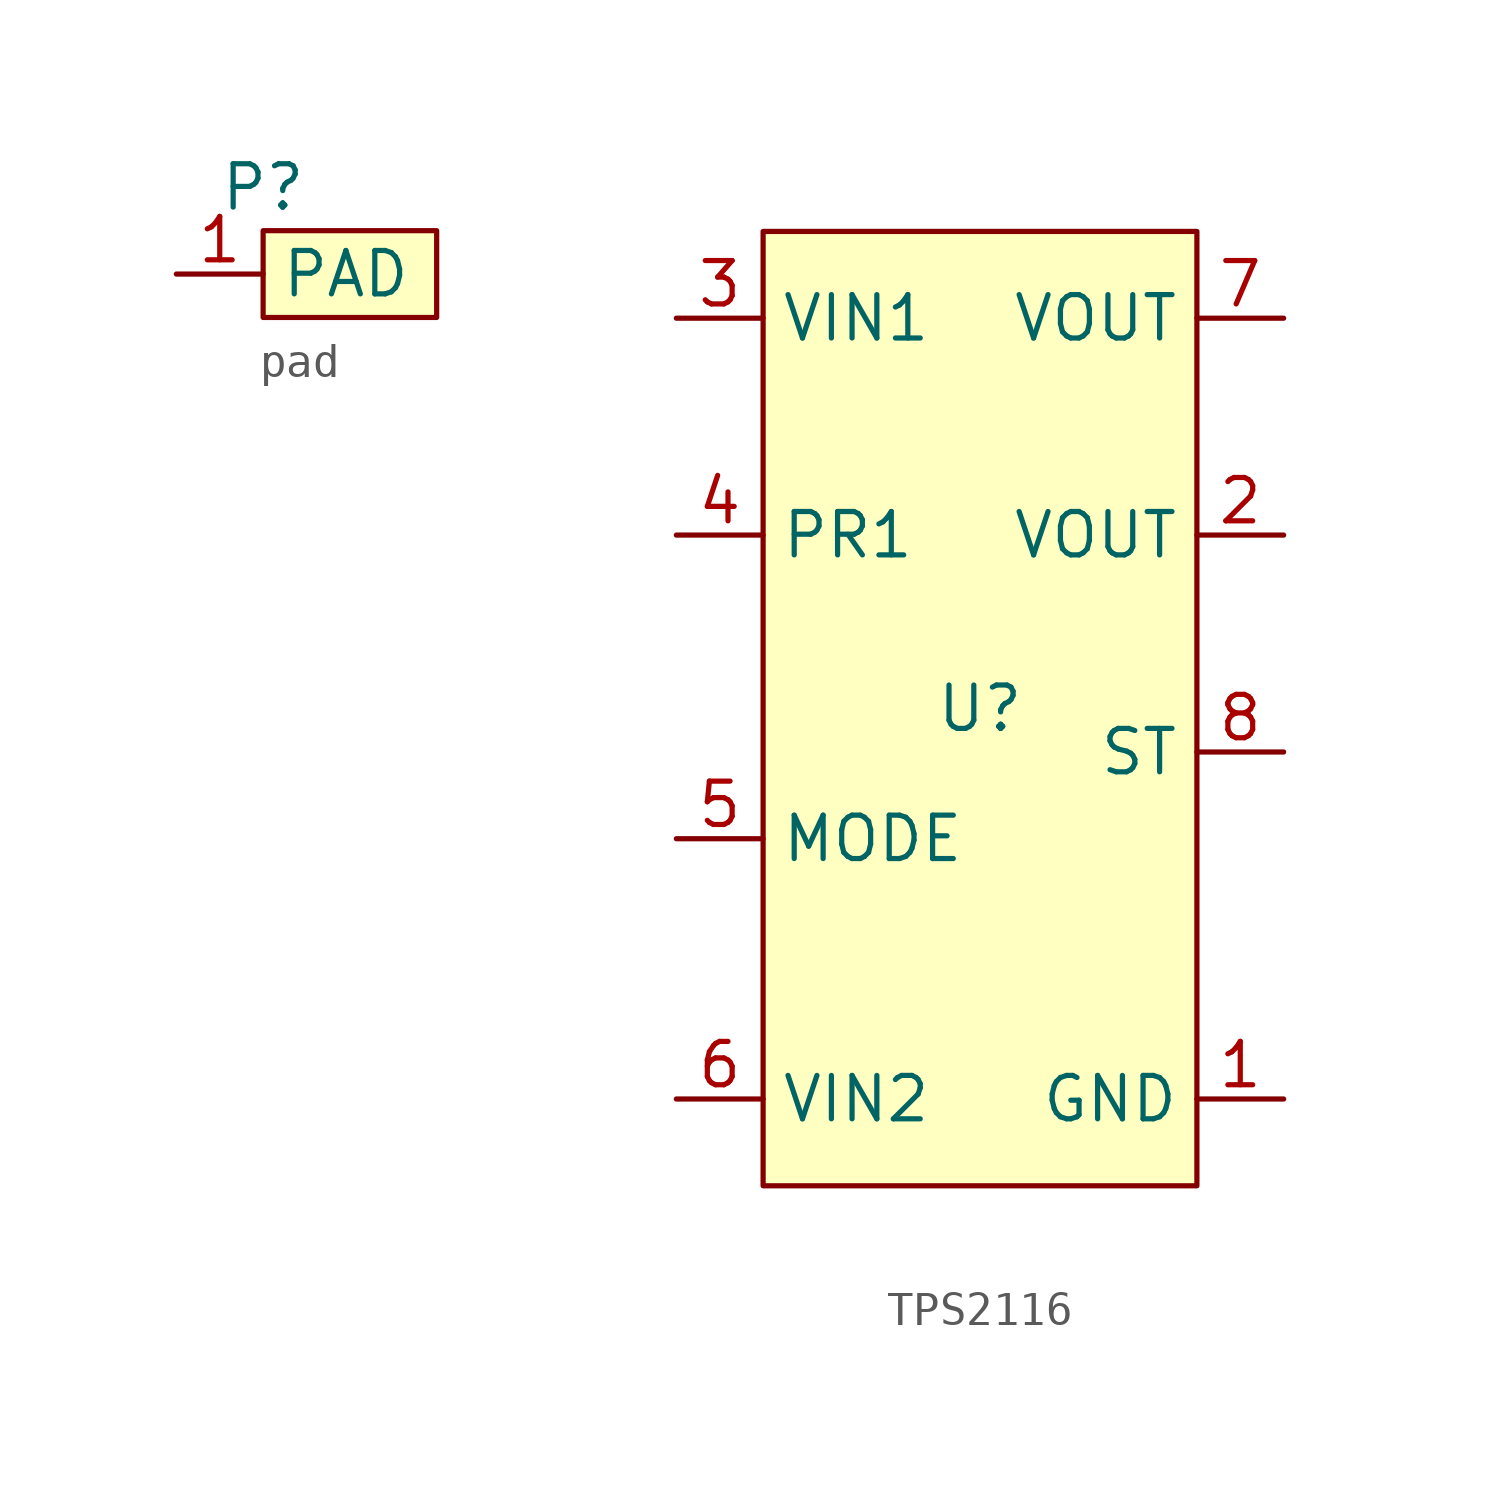
<source format=kicad_sym>
(kicad_symbol_lib
  (version 20220914)
  (generator kicad_symbol_editor)
  (symbol "pad"
    (property "Reference" "P"
      (at -2.54 2.54 0)
      (effects (font (size 1.27 1.27))))
    (property "Value" ""
      (at 0 0 0)
      (effects (font (size 1.27 1.27))))
    (symbol "pad_1_1"
      (rectangle (start -2.54 1.27) (end 2.54 -1.27) (stroke (width 0) (type default)) (fill (type background)))
      (pin input line (at -5.08 0 0) (length 2.54) (name "PAD" (effects (font (size 1.27 1.27)))) (number "1" (effects (font (size 1.27 1.27)))))))
  (symbol "TPS2116"
    (property "Reference" "U"
      (at 0 0 0)
      (effects (font (size 1.27 1.27))))
    (property "Value" ""
      (at 0 0 0)
      (effects (font (size 1.27 1.27))))
    (symbol "TPS2116_1_1"
      (rectangle (start -6.35 13.97) (end 6.35 -13.97) (stroke (width 0) (type default)) (fill (type background)))
      (pin power_in line (at 8.89 -11.43 180) (length 2.54) (name "GND" (effects (font (size 1.27 1.27)))) (number "1" (effects (font (size 1.27 1.27)))))
      (pin passive line (at 8.89 5.08 180) (length 2.54) (name "VOUT" (effects (font (size 1.27 1.27)))) (number "2" (effects (font (size 1.27 1.27)))))
      (pin power_out line (at -8.89 11.43 0) (length 2.54) (name "VIN1" (effects (font (size 1.27 1.27)))) (number "3" (effects (font (size 1.27 1.27)))))
      (pin input line (at -8.89 5.08 0) (length 2.54) (name "PR1" (effects (font (size 1.27 1.27)))) (number "4" (effects (font (size 1.27 1.27)))))
      (pin input line (at -8.89 -3.81 0) (length 2.54) (name "MODE" (effects (font (size 1.27 1.27)))) (number "5" (effects (font (size 1.27 1.27)))))
      (pin power_in line (at -8.89 -11.43 0) (length 2.54) (name "VIN2" (effects (font (size 1.27 1.27)))) (number "6" (effects (font (size 1.27 1.27)))))
      (pin power_out line (at 8.89 11.43 180) (length 2.54) (name "VOUT" (effects (font (size 1.27 1.27)))) (number "7" (effects (font (size 1.27 1.27)))))
      (pin output line (at 8.89 -1.27 180) (length 2.54) (name "ST" (effects (font (size 1.27 1.27)))) (number "8" (effects (font (size 1.27 1.27))))))))
</source>
